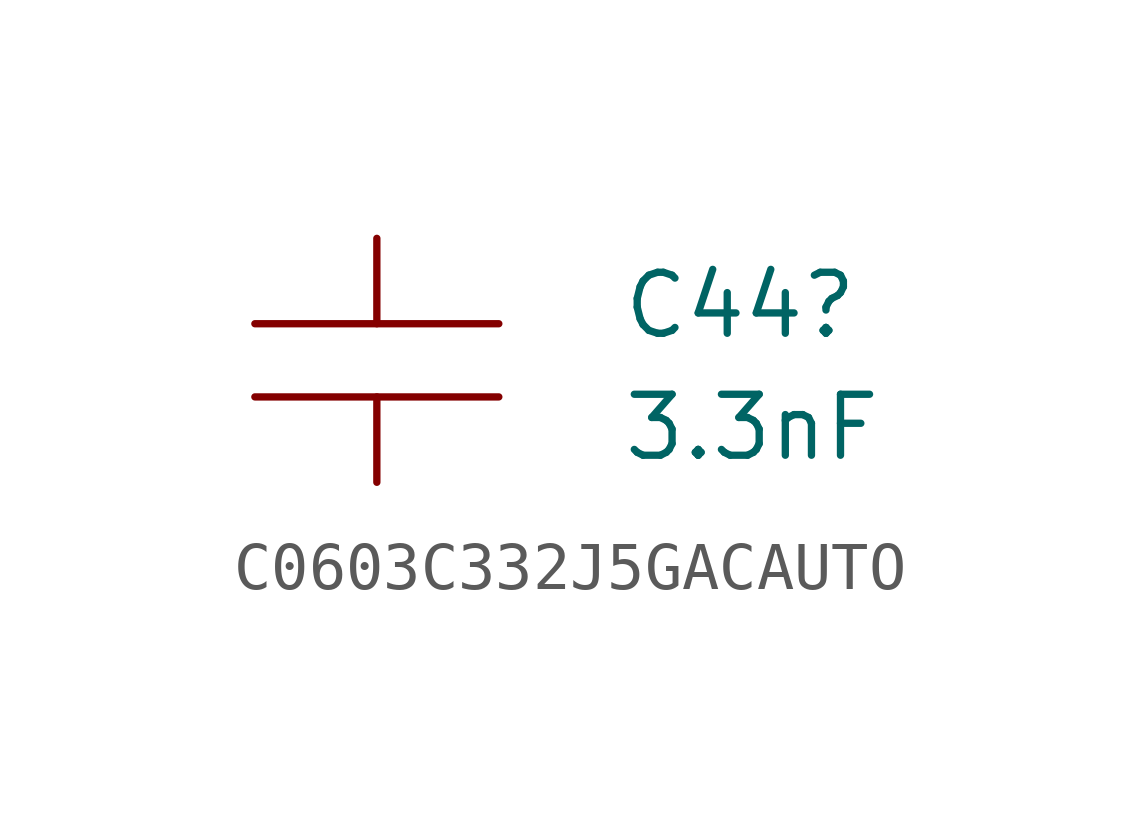
<source format=kicad_sym>
(kicad_symbol_lib
  (version 20220914)
  (generator kicad_symbol_editor)
  (symbol "C0603C332J5GACAUTO"
    (pin_numbers hide)
    (pin_names
      (offset 1.016) hide)
    (property "Reference" "C44"
      (at 5.08 -1.397 0)
      (effects (font (size 1.27 1.27)) (justify left)))
    (property "Value" "3.3nF"
      (at 5.08 -3.937 0)
      (effects (font (size 1.27 1.27)) (justify left)))
    (symbol "C0603C332J5GACAUTO_1_1"
      (polyline (pts (xy 2.54 -3.302) (xy -2.54 -3.302)) (stroke (width 0) (type solid)) (fill (type none)))
      (polyline (pts (xy 2.54 -1.778) (xy -2.54 -1.778)) (stroke (width 0) (type solid)) (fill (type none)))
      (pin passive line (at 0 0 270) (length 1.778) (name "1" (effects (font (size 0 0)))) (number "1" (effects (font (size 1.016 1.016)))))
      (pin passive line (at 0 -5.08 90) (length 1.778) (name "2" (effects (font (size 0 0)))) (number "2" (effects (font (size 1.016 1.016))))))))
</source>
